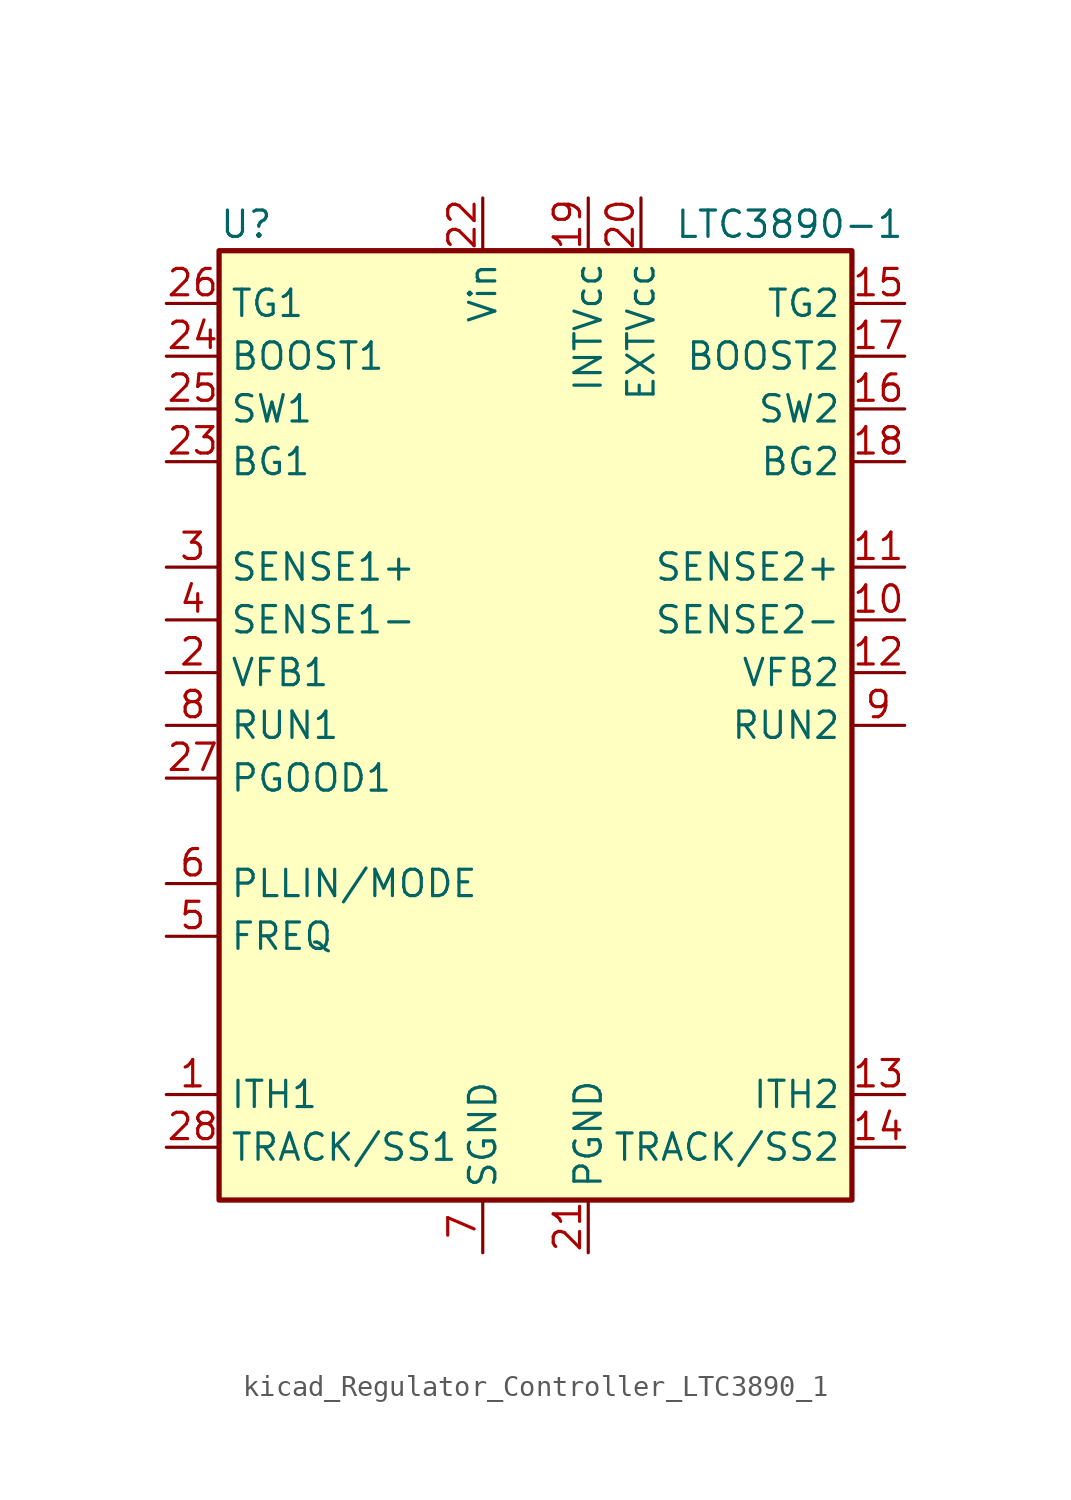
<source format=kicad_sym>
(kicad_symbol_lib
  (version 20220914)
  (generator kicad_symbol_editor)
  (symbol "kicad_Regulator_Controller_LTC3890_1"
    (property "Reference" "U"
      (at -15.24 24.13 0)
      (effects (font (size 1.27 1.27)) (justify left)))
    (property "Value" "LTC3890-1"
      (at 17.78 24.13 0)
      (effects (font (size 1.27 1.27)) (justify right)))
    (symbol "kicad_Regulator_Controller_LTC3890_1_0_1"
      (rectangle (start -15.24 22.86) (end 15.24 -22.86) (stroke (width 0.254) (type default)) (fill (type background))))
    (symbol "kicad_Regulator_Controller_LTC3890_1_1_1"
      (pin passive line (at -17.78 -17.78 0) (length 2.54) (name "ITH1" (effects (font (size 1.27 1.27)))) (number "1" (effects (font (size 1.27 1.27)))))
      (pin input line (at 17.78 5.08 180) (length 2.54) (name "SENSE2-" (effects (font (size 1.27 1.27)))) (number "10" (effects (font (size 1.27 1.27)))))
      (pin input line (at 17.78 7.62 180) (length 2.54) (name "SENSE2+" (effects (font (size 1.27 1.27)))) (number "11" (effects (font (size 1.27 1.27)))))
      (pin input line (at 17.78 2.54 180) (length 2.54) (name "VFB2" (effects (font (size 1.27 1.27)))) (number "12" (effects (font (size 1.27 1.27)))))
      (pin passive line (at 17.78 -17.78 180) (length 2.54) (name "ITH2" (effects (font (size 1.27 1.27)))) (number "13" (effects (font (size 1.27 1.27)))))
      (pin input line (at 17.78 -20.32 180) (length 2.54) (name "TRACK/SS2" (effects (font (size 1.27 1.27)))) (number "14" (effects (font (size 1.27 1.27)))))
      (pin output line (at 17.78 20.32 180) (length 2.54) (name "TG2" (effects (font (size 1.27 1.27)))) (number "15" (effects (font (size 1.27 1.27)))))
      (pin output line (at 17.78 15.24 180) (length 2.54) (name "SW2" (effects (font (size 1.27 1.27)))) (number "16" (effects (font (size 1.27 1.27)))))
      (pin output line (at 17.78 17.78 180) (length 2.54) (name "BOOST2" (effects (font (size 1.27 1.27)))) (number "17" (effects (font (size 1.27 1.27)))))
      (pin output line (at 17.78 12.7 180) (length 2.54) (name "BG2" (effects (font (size 1.27 1.27)))) (number "18" (effects (font (size 1.27 1.27)))))
      (pin power_out line (at 2.54 25.4 270) (length 2.54) (name "INTVcc" (effects (font (size 1.27 1.27)))) (number "19" (effects (font (size 1.27 1.27)))))
      (pin input line (at -17.78 2.54 0) (length 2.54) (name "VFB1" (effects (font (size 1.27 1.27)))) (number "2" (effects (font (size 1.27 1.27)))))
      (pin power_in line (at 5.08 25.4 270) (length 2.54) (name "EXTVcc" (effects (font (size 1.27 1.27)))) (number "20" (effects (font (size 1.27 1.27)))))
      (pin power_in line (at 2.54 -25.4 90) (length 2.54) (name "PGND" (effects (font (size 1.27 1.27)))) (number "21" (effects (font (size 1.27 1.27)))))
      (pin power_in line (at -2.54 25.4 270) (length 2.54) (name "Vin" (effects (font (size 1.27 1.27)))) (number "22" (effects (font (size 1.27 1.27)))))
      (pin output line (at -17.78 12.7 0) (length 2.54) (name "BG1" (effects (font (size 1.27 1.27)))) (number "23" (effects (font (size 1.27 1.27)))))
      (pin output line (at -17.78 17.78 0) (length 2.54) (name "BOOST1" (effects (font (size 1.27 1.27)))) (number "24" (effects (font (size 1.27 1.27)))))
      (pin output line (at -17.78 15.24 0) (length 2.54) (name "SW1" (effects (font (size 1.27 1.27)))) (number "25" (effects (font (size 1.27 1.27)))))
      (pin output line (at -17.78 20.32 0) (length 2.54) (name "TG1" (effects (font (size 1.27 1.27)))) (number "26" (effects (font (size 1.27 1.27)))))
      (pin output line (at -17.78 -2.54 0) (length 2.54) (name "PGOOD1" (effects (font (size 1.27 1.27)))) (number "27" (effects (font (size 1.27 1.27)))))
      (pin input line (at -17.78 -20.32 0) (length 2.54) (name "TRACK/SS1" (effects (font (size 1.27 1.27)))) (number "28" (effects (font (size 1.27 1.27)))))
      (pin input line (at -17.78 7.62 0) (length 2.54) (name "SENSE1+" (effects (font (size 1.27 1.27)))) (number "3" (effects (font (size 1.27 1.27)))))
      (pin input line (at -17.78 5.08 0) (length 2.54) (name "SENSE1-" (effects (font (size 1.27 1.27)))) (number "4" (effects (font (size 1.27 1.27)))))
      (pin input line (at -17.78 -10.16 0) (length 2.54) (name "FREQ" (effects (font (size 1.27 1.27)))) (number "5" (effects (font (size 1.27 1.27)))))
      (pin input line (at -17.78 -7.62 0) (length 2.54) (name "PLLIN/MODE" (effects (font (size 1.27 1.27)))) (number "6" (effects (font (size 1.27 1.27)))))
      (pin power_in line (at -2.54 -25.4 90) (length 2.54) (name "SGND" (effects (font (size 1.27 1.27)))) (number "7" (effects (font (size 1.27 1.27)))))
      (pin input line (at -17.78 0 0) (length 2.54) (name "RUN1" (effects (font (size 1.27 1.27)))) (number "8" (effects (font (size 1.27 1.27)))))
      (pin input line (at 17.78 0 180) (length 2.54) (name "RUN2" (effects (font (size 1.27 1.27)))) (number "9" (effects (font (size 1.27 1.27))))))))
</source>
